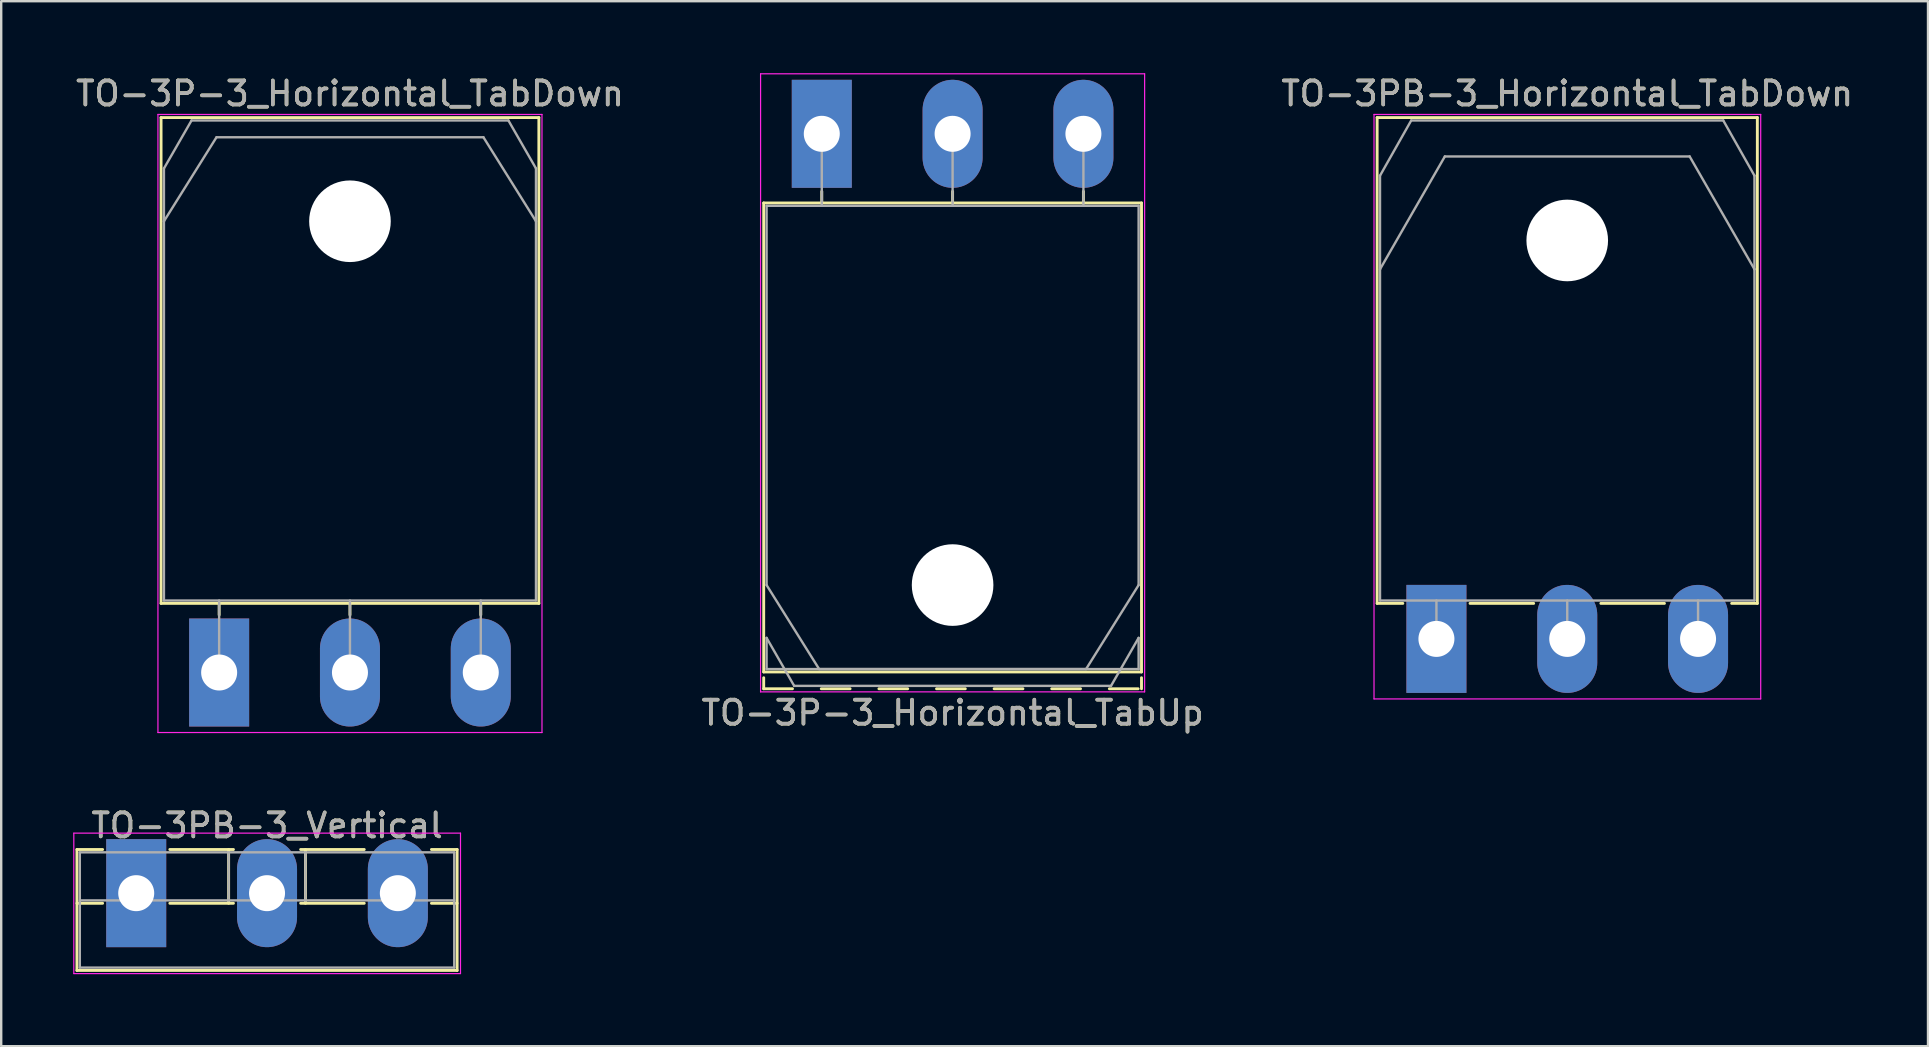
<source format=kicad_pcb>
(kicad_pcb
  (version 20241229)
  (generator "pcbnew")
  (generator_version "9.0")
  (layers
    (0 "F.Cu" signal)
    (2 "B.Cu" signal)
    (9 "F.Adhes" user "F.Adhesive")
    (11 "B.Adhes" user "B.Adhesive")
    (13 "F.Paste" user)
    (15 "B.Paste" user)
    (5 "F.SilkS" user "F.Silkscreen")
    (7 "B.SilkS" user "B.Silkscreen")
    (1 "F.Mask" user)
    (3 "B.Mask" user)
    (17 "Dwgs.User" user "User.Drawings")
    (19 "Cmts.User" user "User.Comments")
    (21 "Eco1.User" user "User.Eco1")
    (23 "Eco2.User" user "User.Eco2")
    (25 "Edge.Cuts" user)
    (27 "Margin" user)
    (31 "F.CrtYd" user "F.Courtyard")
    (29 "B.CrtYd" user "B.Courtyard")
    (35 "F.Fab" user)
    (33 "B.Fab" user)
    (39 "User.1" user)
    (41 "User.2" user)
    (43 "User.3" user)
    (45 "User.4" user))
  (footprint "TO-3P-3_Horizontal_TabDown"
    (layer "F.Cu")
    (at 6.08 24.968)
    (property "Reference" "TO-3P-3_Horizontal_TabDown" (at 5.45 -24.12 0) (layer "F.SilkS") (effects (font (size 1 1) (thickness 0.15))))
    (attr through_hole)
    (fp_line (start -2.42 -23.12) (end -2.42 -2.88) (stroke (width 0.12) (type solid)) (layer "F.SilkS"))
    (fp_line (start -2.42 -23.12) (end 13.32 -23.12) (stroke (width 0.12) (type solid)) (layer "F.SilkS"))
    (fp_line (start -2.42 -2.88) (end 13.32 -2.88) (stroke (width 0.12) (type solid)) (layer "F.SilkS"))
    (fp_line (start 0 -2.88) (end 0 -2.4) (stroke (width 0.12) (type solid)) (layer "F.SilkS"))
    (fp_line (start 5.45 -2.88) (end 5.45 -2.4) (stroke (width 0.12) (type solid)) (layer "F.SilkS"))
    (fp_line (start 10.9 -2.88) (end 10.9 -2.4) (stroke (width 0.12) (type solid)) (layer "F.SilkS"))
    (fp_line (start 13.32 -23.12) (end 13.32 -2.88) (stroke (width 0.12) (type solid)) (layer "F.SilkS"))
    (fp_line (start -2.55 -23.25) (end -2.55 2.5) (stroke (width 0.05) (type solid)) (layer "F.CrtYd"))
    (fp_line (start -2.55 2.5) (end 13.45 2.5) (stroke (width 0.05) (type solid)) (layer "F.CrtYd"))
    (fp_line (start 13.45 -23.25) (end -2.55 -23.25) (stroke (width 0.05) (type solid)) (layer "F.CrtYd"))
    (fp_line (start 13.45 2.5) (end 13.45 -23.25) (stroke (width 0.05) (type solid)) (layer "F.CrtYd"))
    (fp_line (start -2.3 -21) (end -1.15 -23) (stroke (width 0.1) (type solid)) (layer "F.Fab"))
    (fp_line (start -2.3 -18.8) (end -2.3 -21) (stroke (width 0.1) (type solid)) (layer "F.Fab"))
    (fp_line (start -2.3 -18.8) (end -0.11 -22.3) (stroke (width 0.1) (type solid)) (layer "F.Fab"))
    (fp_line (start -2.3 -3) (end -2.3 -18.8) (stroke (width 0.1) (type solid)) (layer "F.Fab"))
    (fp_line (start -1.15 -23) (end 12.05 -23) (stroke (width 0.1) (type solid)) (layer "F.Fab"))
    (fp_line (start -0.11 -22.3) (end 11.01 -22.3) (stroke (width 0.1) (type solid)) (layer "F.Fab"))
    (fp_line (start 0 -3) (end 0 0) (stroke (width 0.1) (type solid)) (layer "F.Fab"))
    (fp_line (start 5.45 -3) (end 5.45 0) (stroke (width 0.1) (type solid)) (layer "F.Fab"))
    (fp_line (start 10.9 -3) (end 10.9 0) (stroke (width 0.1) (type solid)) (layer "F.Fab"))
    (fp_line (start 11.01 -22.3) (end 13.2 -18.8) (stroke (width 0.1) (type solid)) (layer "F.Fab"))
    (fp_line (start 12.05 -23) (end 13.2 -21) (stroke (width 0.1) (type solid)) (layer "F.Fab"))
    (fp_line (start 13.2 -21) (end 13.2 -18.8) (stroke (width 0.1) (type solid)) (layer "F.Fab"))
    (fp_line (start 13.2 -18.8) (end 13.2 -3) (stroke (width 0.1) (type solid)) (layer "F.Fab"))
    (fp_line (start 13.2 -3) (end -2.3 -3) (stroke (width 0.1) (type solid)) (layer "F.Fab"))
    (fp_circle (center 5.45 -18.8) (end 7.05 -18.8) (stroke (width 0.1) (type solid)) (fill no) (layer "F.Fab"))
    (fp_text user "${REFERENCE}" (at 5.45 -24.12 0) (layer "F.Fab") (effects (font (size 1 1) (thickness 0.15))))
    (pad "" np_thru_hole oval (at 5.45 -18.8) (size 3.4 3.4) (drill 3.4) (layers "*.Cu" "*.Mask"))
    (pad "1" thru_hole rect (at 0 0) (size 2.5 4.5) (drill 1.5) (layers "*.Cu" "*.Mask"))
    (pad "2" thru_hole oval (at 5.45 0) (size 2.5 4.5) (drill 1.5) (layers "*.Cu" "*.Mask"))
    (pad "3" thru_hole oval (at 10.9 0) (size 2.5 4.5) (drill 1.5) (layers "*.Cu" "*.Mask")))
  (footprint "TO-3PB-3_Vertical"
    (layer "F.Cu")
    (at 2.625 34.161)
    (property "Reference" "TO-3PB-3_Vertical" (at 5.45 -2.82 0) (layer "F.SilkS") (effects (font (size 1 1) (thickness 0.15))))
    (attr through_hole)
    (fp_line (start -2.47 -1.82) (end -2.47 3.22) (stroke (width 0.12) (type solid)) (layer "F.SilkS"))
    (fp_line (start -2.47 -1.82) (end -1.4 -1.82) (stroke (width 0.12) (type solid)) (layer "F.SilkS"))
    (fp_line (start -2.47 0.421) (end -1.4 0.421) (stroke (width 0.12) (type solid)) (layer "F.SilkS"))
    (fp_line (start -2.47 3.22) (end 13.37 3.22) (stroke (width 0.12) (type solid)) (layer "F.SilkS"))
    (fp_line (start 1.4 -1.82) (end 4.051 -1.82) (stroke (width 0.12) (type solid)) (layer "F.SilkS"))
    (fp_line (start 1.4 0.421) (end 4.051 0.421) (stroke (width 0.12) (type solid)) (layer "F.SilkS"))
    (fp_line (start 3.85 -1.82) (end 3.85 0.421) (stroke (width 0.12) (type solid)) (layer "F.SilkS"))
    (fp_line (start 6.85 -1.82) (end 9.5 -1.82) (stroke (width 0.12) (type solid)) (layer "F.SilkS"))
    (fp_line (start 6.85 0.421) (end 9.5 0.421) (stroke (width 0.12) (type solid)) (layer "F.SilkS"))
    (fp_line (start 7.051 -1.82) (end 7.051 0.421) (stroke (width 0.12) (type solid)) (layer "F.SilkS"))
    (fp_line (start 12.3 -1.82) (end 13.37 -1.82) (stroke (width 0.12) (type solid)) (layer "F.SilkS"))
    (fp_line (start 12.3 0.421) (end 13.37 0.421) (stroke (width 0.12) (type solid)) (layer "F.SilkS"))
    (fp_line (start 13.37 -1.82) (end 13.37 3.22) (stroke (width 0.12) (type solid)) (layer "F.SilkS"))
    (fp_line (start -2.6 -2.5) (end -2.6 3.35) (stroke (width 0.05) (type solid)) (layer "F.CrtYd"))
    (fp_line (start -2.6 3.35) (end 13.51 3.35) (stroke (width 0.05) (type solid)) (layer "F.CrtYd"))
    (fp_line (start 13.51 -2.5) (end -2.6 -2.5) (stroke (width 0.05) (type solid)) (layer "F.CrtYd"))
    (fp_line (start 13.51 3.35) (end 13.51 -2.5) (stroke (width 0.05) (type solid)) (layer "F.CrtYd"))
    (fp_line (start -2.35 -1.7) (end -2.35 3.1) (stroke (width 0.1) (type solid)) (layer "F.Fab"))
    (fp_line (start -2.35 0.3) (end 13.25 0.3) (stroke (width 0.1) (type solid)) (layer "F.Fab"))
    (fp_line (start -2.35 3.1) (end 13.25 3.1) (stroke (width 0.1) (type solid)) (layer "F.Fab"))
    (fp_line (start 3.85 -1.7) (end 3.85 0.3) (stroke (width 0.1) (type solid)) (layer "F.Fab"))
    (fp_line (start 7.05 -1.7) (end 7.05 0.3) (stroke (width 0.1) (type solid)) (layer "F.Fab"))
    (fp_line (start 13.25 -1.7) (end -2.35 -1.7) (stroke (width 0.1) (type solid)) (layer "F.Fab"))
    (fp_line (start 13.25 3.1) (end 13.25 -1.7) (stroke (width 0.1) (type solid)) (layer "F.Fab"))
    (fp_text user "${REFERENCE}" (at 5.45 -2.82 0) (layer "F.Fab") (effects (font (size 1 1) (thickness 0.15))))
    (pad "1" thru_hole rect (at 0 0) (size 2.5 4.5) (drill 1.5) (layers "*.Cu" "*.Mask"))
    (pad "2" thru_hole oval (at 5.45 0) (size 2.5 4.5) (drill 1.5) (layers "*.Cu" "*.Mask"))
    (pad "3" thru_hole oval (at 10.9 0) (size 2.5 4.5) (drill 1.5) (layers "*.Cu" "*.Mask")))
  (footprint "TO-3PB-3_Horizontal_TabDown"
    (layer "F.Cu")
    (at 56.794 23.568)
    (property "Reference" "TO-3PB-3_Horizontal_TabDown" (at 5.45 -22.72 0) (layer "F.SilkS") (effects (font (size 1 1) (thickness 0.15))))
    (attr through_hole)
    (fp_line (start -2.47 -21.72) (end -2.47 -1.48) (stroke (width 0.12) (type solid)) (layer "F.SilkS"))
    (fp_line (start -2.47 -21.72) (end 13.37 -21.72) (stroke (width 0.12) (type solid)) (layer "F.SilkS"))
    (fp_line (start -2.47 -1.48) (end -1.4 -1.48) (stroke (width 0.12) (type solid)) (layer "F.SilkS"))
    (fp_line (start 1.4 -1.48) (end 4.051 -1.48) (stroke (width 0.12) (type solid)) (layer "F.SilkS"))
    (fp_line (start 6.85 -1.48) (end 9.5 -1.48) (stroke (width 0.12) (type solid)) (layer "F.SilkS"))
    (fp_line (start 12.3 -1.48) (end 13.37 -1.48) (stroke (width 0.12) (type solid)) (layer "F.SilkS"))
    (fp_line (start 13.37 -21.72) (end 13.37 -1.48) (stroke (width 0.12) (type solid)) (layer "F.SilkS"))
    (fp_line (start -2.6 -21.85) (end -2.6 2.5) (stroke (width 0.05) (type solid)) (layer "F.CrtYd"))
    (fp_line (start -2.6 2.5) (end 13.51 2.5) (stroke (width 0.05) (type solid)) (layer "F.CrtYd"))
    (fp_line (start 13.51 -21.85) (end -2.6 -21.85) (stroke (width 0.05) (type solid)) (layer "F.CrtYd"))
    (fp_line (start 13.51 2.5) (end 13.51 -21.85) (stroke (width 0.05) (type solid)) (layer "F.CrtYd"))
    (fp_line (start -2.35 -19.3) (end -1.05 -21.6) (stroke (width 0.1) (type solid)) (layer "F.Fab"))
    (fp_line (start -2.35 -15.401) (end -2.35 -19.3) (stroke (width 0.1) (type solid)) (layer "F.Fab"))
    (fp_line (start -2.35 -15.401) (end 0.351 -20.1) (stroke (width 0.1) (type solid)) (layer "F.Fab"))
    (fp_line (start -2.35 -1.6) (end -2.35 -15.401) (stroke (width 0.1) (type solid)) (layer "F.Fab"))
    (fp_line (start -1.05 -21.6) (end 11.95 -21.6) (stroke (width 0.1) (type solid)) (layer "F.Fab"))
    (fp_line (start 0 -1.6) (end 0 0) (stroke (width 0.1) (type solid)) (layer "F.Fab"))
    (fp_line (start 0.351 -20.1) (end 10.55 -20.1) (stroke (width 0.1) (type solid)) (layer "F.Fab"))
    (fp_line (start 5.45 -1.6) (end 5.45 0) (stroke (width 0.1) (type solid)) (layer "F.Fab"))
    (fp_line (start 10.55 -20.1) (end 13.25 -15.401) (stroke (width 0.1) (type solid)) (layer "F.Fab"))
    (fp_line (start 10.9 -1.6) (end 10.9 0) (stroke (width 0.1) (type solid)) (layer "F.Fab"))
    (fp_line (start 11.95 -21.6) (end 13.25 -19.3) (stroke (width 0.1) (type solid)) (layer "F.Fab"))
    (fp_line (start 13.25 -19.3) (end 13.25 -15.401) (stroke (width 0.1) (type solid)) (layer "F.Fab"))
    (fp_line (start 13.25 -15.401) (end 13.25 -1.6) (stroke (width 0.1) (type solid)) (layer "F.Fab"))
    (fp_line (start 13.25 -1.6) (end -2.35 -1.6) (stroke (width 0.1) (type solid)) (layer "F.Fab"))
    (fp_circle (center 5.45 -16.6) (end 7.05 -16.6) (stroke (width 0.1) (type solid)) (fill no) (layer "F.Fab"))
    (fp_text user "${REFERENCE}" (at 5.45 -22.72 0) (layer "F.Fab") (effects (font (size 1 1) (thickness 0.15))))
    (pad "" np_thru_hole oval (at 5.45 -16.6) (size 3.4 3.4) (drill 3.4) (layers "*.Cu" "*.Mask"))
    (pad "1" thru_hole rect (at 0 0) (size 2.5 4.5) (drill 1.5) (layers "*.Cu" "*.Mask"))
    (pad "2" thru_hole oval (at 5.45 0) (size 2.5 4.5) (drill 1.5) (layers "*.Cu" "*.Mask"))
    (pad "3" thru_hole oval (at 10.9 0) (size 2.5 4.5) (drill 1.5) (layers "*.Cu" "*.Mask")))
  (footprint "TO-3P-3_Horizontal_TabUp"
    (layer "F.Cu")
    (at 31.187 2.525)
    (property "Reference" "TO-3P-3_Horizontal_TabUp" (at 5.45 24.12 0) (layer "F.SilkS") (effects (font (size 1 1) (thickness 0.15))))
    (attr through_hole)
    (fp_line (start -2.42 2.88) (end -2.42 22.42) (stroke (width 0.12) (type solid)) (layer "F.SilkS"))
    (fp_line (start -2.42 2.88) (end 13.32 2.88) (stroke (width 0.12) (type solid)) (layer "F.SilkS"))
    (fp_line (start -2.42 22.42) (end 13.32 22.42) (stroke (width 0.12) (type solid)) (layer "F.SilkS"))
    (fp_line (start -2.42 22.66) (end -2.42 23.12) (stroke (width 0.12) (type solid)) (layer "F.SilkS"))
    (fp_line (start -2.42 23.12) (end -1.22 23.12) (stroke (width 0.12) (type solid)) (layer "F.SilkS"))
    (fp_line (start -0.021 23.12) (end 1.18 23.12) (stroke (width 0.12) (type solid)) (layer "F.SilkS"))
    (fp_line (start 0 2.4) (end 0 2.88) (stroke (width 0.12) (type solid)) (layer "F.SilkS"))
    (fp_line (start 2.38 23.12) (end 3.58 23.12) (stroke (width 0.12) (type solid)) (layer "F.SilkS"))
    (fp_line (start 4.78 23.12) (end 5.98 23.12) (stroke (width 0.12) (type solid)) (layer "F.SilkS"))
    (fp_line (start 5.45 2.4) (end 5.45 2.88) (stroke (width 0.12) (type solid)) (layer "F.SilkS"))
    (fp_line (start 7.18 23.12) (end 8.38 23.12) (stroke (width 0.12) (type solid)) (layer "F.SilkS"))
    (fp_line (start 9.58 23.12) (end 10.78 23.12) (stroke (width 0.12) (type solid)) (layer "F.SilkS"))
    (fp_line (start 10.9 2.4) (end 10.9 2.88) (stroke (width 0.12) (type solid)) (layer "F.SilkS"))
    (fp_line (start 11.98 23.12) (end 13.18 23.12) (stroke (width 0.12) (type solid)) (layer "F.SilkS"))
    (fp_line (start 13.32 2.88) (end 13.32 22.42) (stroke (width 0.12) (type solid)) (layer "F.SilkS"))
    (fp_line (start 13.32 22.66) (end 13.32 23.12) (stroke (width 0.12) (type solid)) (layer "F.SilkS"))
    (fp_line (start -2.55 -2.5) (end -2.55 23.25) (stroke (width 0.05) (type solid)) (layer "F.CrtYd"))
    (fp_line (start -2.55 23.25) (end 13.45 23.25) (stroke (width 0.05) (type solid)) (layer "F.CrtYd"))
    (fp_line (start 13.45 -2.5) (end -2.55 -2.5) (stroke (width 0.05) (type solid)) (layer "F.CrtYd"))
    (fp_line (start 13.45 23.25) (end 13.45 -2.5) (stroke (width 0.05) (type solid)) (layer "F.CrtYd"))
    (fp_line (start -2.3 3) (end -2.3 18.8) (stroke (width 0.1) (type solid)) (layer "F.Fab"))
    (fp_line (start -2.3 18.8) (end -0.11 22.3) (stroke (width 0.1) (type solid)) (layer "F.Fab"))
    (fp_line (start -2.3 21) (end -1.15 23) (stroke (width 0.1) (type solid)) (layer "F.Fab"))
    (fp_line (start -2.3 22.3) (end -2.3 21) (stroke (width 0.1) (type solid)) (layer "F.Fab"))
    (fp_line (start -1.15 23) (end 12.05 23) (stroke (width 0.1) (type solid)) (layer "F.Fab"))
    (fp_line (start -0.11 22.3) (end 11.01 22.3) (stroke (width 0.1) (type solid)) (layer "F.Fab"))
    (fp_line (start 0 3) (end 0 0) (stroke (width 0.1) (type solid)) (layer "F.Fab"))
    (fp_line (start 5.45 3) (end 5.45 0) (stroke (width 0.1) (type solid)) (layer "F.Fab"))
    (fp_line (start 10.9 3) (end 10.9 0) (stroke (width 0.1) (type solid)) (layer "F.Fab"))
    (fp_line (start 11.01 22.3) (end 13.2 18.8) (stroke (width 0.1) (type solid)) (layer "F.Fab"))
    (fp_line (start 12.05 23) (end 13.2 21) (stroke (width 0.1) (type solid)) (layer "F.Fab"))
    (fp_line (start 13.2 3) (end -2.3 3) (stroke (width 0.1) (type solid)) (layer "F.Fab"))
    (fp_line (start 13.2 18.8) (end 13.2 3) (stroke (width 0.1) (type solid)) (layer "F.Fab"))
    (fp_line (start 13.2 21) (end 13.2 22.3) (stroke (width 0.1) (type solid)) (layer "F.Fab"))
    (fp_line (start 13.2 22.3) (end -2.3 22.3) (stroke (width 0.1) (type solid)) (layer "F.Fab"))
    (fp_circle (center 5.45 18.8) (end 7.05 18.8) (stroke (width 0.1) (type solid)) (fill no) (layer "F.Fab"))
    (fp_text user "${REFERENCE}" (at 5.45 24.12 0) (layer "F.Fab") (effects (font (size 1 1) (thickness 0.15))))
    (pad "" np_thru_hole oval (at 5.45 18.8) (size 3.4 3.4) (drill 3.4) (layers "*.Cu" "*.Mask"))
    (pad "1" thru_hole rect (at 0 0) (size 2.5 4.5) (drill 1.5) (layers "*.Cu" "*.Mask"))
    (pad "2" thru_hole oval (at 5.45 0) (size 2.5 4.5) (drill 1.5) (layers "*.Cu" "*.Mask"))
    (pad "3" thru_hole oval (at 10.9 0) (size 2.5 4.5) (drill 1.5) (layers "*.Cu" "*.Mask")))
  (gr_rect
    (start -3 -3)
    (end 77.274 40.536)
    (stroke (width 0.1) (type default))
    (fill no)
    (layer "Edge.Cuts")))
</source>
